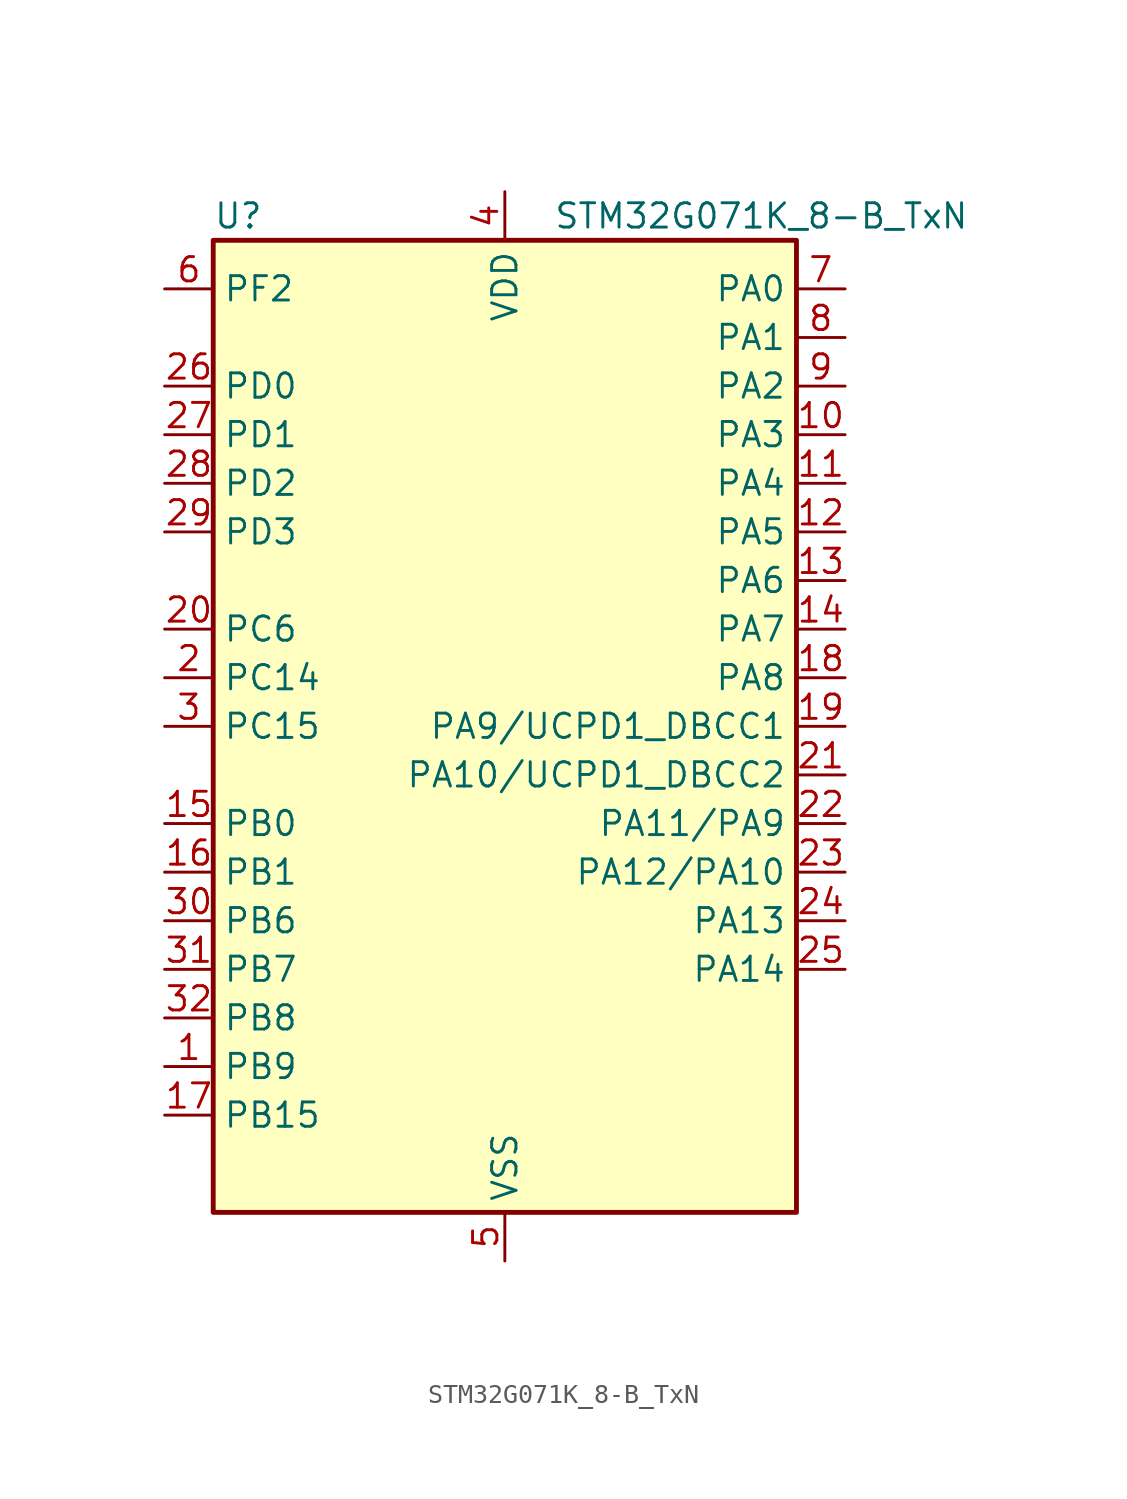
<source format=kicad_sym>
(kicad_symbol_lib
  (version 20211014)
  (generator kicad-library-utils)
  (symbol "STM32G071K_8-B_TxN"
    (property "Reference" "U"
      (at -15.24 26.67 0)
      (effects (font (size 1.27 1.27)) (justify left)))
    (property "Value" "STM32G071K_8-B_TxN"
      (at 2.54 26.67 0)
      (effects (font (size 1.27 1.27)) (justify left)))
    (property "ki_fp_filters" "LQFP*7x7mm*P0.8mm*"
      (at 0.0 0.0 0.0)
      (effects (font (size 1.27 1.27))))
    (symbol "STM32G071K_8-B_TxN_0_1"
      (rectangle (start -15.24 -25.4) (end 15.24 25.4) (stroke (width 0.254)) (fill (type background))))
    (symbol "STM32G071K_8-B_TxN_1_1"
      (pin bidirectional line (at -17.78 22.86 0) (length 2.54) (name "PF2" (effects (font (size 1.27 1.27)))) (number "6" (effects (font (size 1.27 1.27)))) (alternate "RCC_MCO" bidirectional line))
      (pin bidirectional line (at -17.78 17.78 0) (length 2.54) (name "PD0" (effects (font (size 1.27 1.27)))) (number "26" (effects (font (size 1.27 1.27)))) (alternate "SPI2_NSS" bidirectional line) (alternate "TIM16_CH1" bidirectional line) (alternate "UCPD2_CC1" bidirectional line))
      (pin bidirectional line (at -17.78 15.24 0) (length 2.54) (name "PD1" (effects (font (size 1.27 1.27)))) (number "27" (effects (font (size 1.27 1.27)))) (alternate "SPI2_SCK" bidirectional line) (alternate "TIM17_CH1" bidirectional line) (alternate "UCPD2_DBCC1" bidirectional line))
      (pin bidirectional line (at -17.78 12.7 0) (length 2.54) (name "PD2" (effects (font (size 1.27 1.27)))) (number "28" (effects (font (size 1.27 1.27)))) (alternate "TIM1_CH1N" bidirectional line) (alternate "TIM3_ETR" bidirectional line) (alternate "UCPD2_CC2" bidirectional line) (alternate "USART3_CK" bidirectional line) (alternate "USART3_DE" bidirectional line) (alternate "USART3_RTS" bidirectional line))
      (pin bidirectional line (at -17.78 10.16 0) (length 2.54) (name "PD3" (effects (font (size 1.27 1.27)))) (number "29" (effects (font (size 1.27 1.27)))) (alternate "SPI2_MISO" bidirectional line) (alternate "TIM1_CH2N" bidirectional line) (alternate "UCPD2_DBCC2" bidirectional line) (alternate "USART2_CTS" bidirectional line) (alternate "USART2_NSS" bidirectional line))
      (pin bidirectional line (at -17.78 5.08 0) (length 2.54) (name "PC6" (effects (font (size 1.27 1.27)))) (number "20" (effects (font (size 1.27 1.27)))) (alternate "TIM2_CH3" bidirectional line) (alternate "TIM3_CH1" bidirectional line) (alternate "UCPD1_FRSTX1" bidirectional line) (alternate "UCPD1_FRSTX2" bidirectional line))
      (pin bidirectional line (at -17.78 2.54 0) (length 2.54) (name "PC14" (effects (font (size 1.27 1.27)))) (number "2" (effects (font (size 1.27 1.27)))) (alternate "RCC_OSC32_IN" bidirectional line) (alternate "RCC_OSC_IN" bidirectional line) (alternate "TIM1_BK2" bidirectional line))
      (pin bidirectional line (at -17.78 0.0 0) (length 2.54) (name "PC15" (effects (font (size 1.27 1.27)))) (number "3" (effects (font (size 1.27 1.27)))) (alternate "RCC_OSC32_EN" bidirectional line) (alternate "RCC_OSC32_OUT" bidirectional line) (alternate "RCC_OSC_EN" bidirectional line) (alternate "TIM15_BK" bidirectional line))
      (pin bidirectional line (at -17.78 -5.08 0) (length 2.54) (name "PB0" (effects (font (size 1.27 1.27)))) (number "15" (effects (font (size 1.27 1.27)))) (alternate "ADC1_IN8" bidirectional line) (alternate "COMP1_OUT" bidirectional line) (alternate "I2S1_WS" bidirectional line) (alternate "LPTIM1_OUT" bidirectional line) (alternate "SPI1_NSS" bidirectional line) (alternate "TIM1_CH2N" bidirectional line) (alternate "TIM3_CH3" bidirectional line) (alternate "UCPD1_FRSTX1" bidirectional line) (alternate "UCPD1_FRSTX2" bidirectional line) (alternate "USART3_RX" bidirectional line))
      (pin bidirectional line (at -17.78 -7.62 0) (length 2.54) (name "PB1" (effects (font (size 1.27 1.27)))) (number "16" (effects (font (size 1.27 1.27)))) (alternate "ADC1_IN9" bidirectional line) (alternate "COMP1_INM" bidirectional line) (alternate "LPTIM2_IN1" bidirectional line) (alternate "LPUART1_DE" bidirectional line) (alternate "LPUART1_RTS" bidirectional line) (alternate "TIM14_CH1" bidirectional line) (alternate "TIM1_CH3N" bidirectional line) (alternate "TIM3_CH4" bidirectional line) (alternate "USART3_CK" bidirectional line) (alternate "USART3_DE" bidirectional line) (alternate "USART3_RTS" bidirectional line))
      (pin bidirectional line (at -17.78 -10.16 0) (length 2.54) (name "PB6" (effects (font (size 1.27 1.27)))) (number "30" (effects (font (size 1.27 1.27)))) (alternate "COMP2_INP" bidirectional line) (alternate "I2C1_SCL" bidirectional line) (alternate "LPTIM1_ETR" bidirectional line) (alternate "SPI2_MISO" bidirectional line) (alternate "TIM16_CH1N" bidirectional line) (alternate "TIM1_CH3" bidirectional line) (alternate "USART1_TX" bidirectional line))
      (pin bidirectional line (at -17.78 -12.7 0) (length 2.54) (name "PB7" (effects (font (size 1.27 1.27)))) (number "31" (effects (font (size 1.27 1.27)))) (alternate "COMP2_INM" bidirectional line) (alternate "I2C1_SDA" bidirectional line) (alternate "LPTIM1_IN2" bidirectional line) (alternate "SPI2_MOSI" bidirectional line) (alternate "SYS_PVD_IN" bidirectional line) (alternate "TIM17_CH1N" bidirectional line) (alternate "USART1_RX" bidirectional line) (alternate "USART4_CTS" bidirectional line) (alternate "USART4_NSS" bidirectional line))
      (pin bidirectional line (at -17.78 -15.24 0) (length 2.54) (name "PB8" (effects (font (size 1.27 1.27)))) (number "32" (effects (font (size 1.27 1.27)))) (alternate "CEC" bidirectional line) (alternate "I2C1_SCL" bidirectional line) (alternate "SPI2_SCK" bidirectional line) (alternate "TIM15_BK" bidirectional line) (alternate "TIM16_CH1" bidirectional line) (alternate "USART3_TX" bidirectional line))
      (pin bidirectional line (at -17.78 -17.78 0) (length 2.54) (name "PB9" (effects (font (size 1.27 1.27)))) (number "1" (effects (font (size 1.27 1.27)))) (alternate "DAC1_EXTI9" bidirectional line) (alternate "I2C1_SDA" bidirectional line) (alternate "IR_OUT" bidirectional line) (alternate "SPI2_NSS" bidirectional line) (alternate "TIM17_CH1" bidirectional line) (alternate "UCPD2_FRSTX1" bidirectional line) (alternate "UCPD2_FRSTX2" bidirectional line) (alternate "USART3_RX" bidirectional line))
      (pin bidirectional line (at -17.78 -20.32 0) (length 2.54) (name "PB15" (effects (font (size 1.27 1.27)))) (number "17" (effects (font (size 1.27 1.27)))) (alternate "RTC_REFIN" bidirectional line) (alternate "SPI2_MOSI" bidirectional line) (alternate "TIM15_CH1N" bidirectional line) (alternate "TIM15_CH2" bidirectional line) (alternate "TIM1_CH3N" bidirectional line) (alternate "UCPD1_CC2" bidirectional line))
      (pin bidirectional line (at 17.78 22.86 180) (length 2.54) (name "PA0" (effects (font (size 1.27 1.27)))) (number "7" (effects (font (size 1.27 1.27)))) (alternate "ADC1_IN0" bidirectional line) (alternate "COMP1_INM" bidirectional line) (alternate "COMP1_OUT" bidirectional line) (alternate "LPTIM1_OUT" bidirectional line) (alternate "RTC_TAMP_IN2" bidirectional line) (alternate "SPI2_SCK" bidirectional line) (alternate "SYS_WKUP1" bidirectional line) (alternate "TIM2_CH1" bidirectional line) (alternate "TIM2_ETR" bidirectional line) (alternate "UCPD2_FRSTX1" bidirectional line) (alternate "UCPD2_FRSTX2" bidirectional line) (alternate "USART2_CTS" bidirectional line) (alternate "USART2_NSS" bidirectional line) (alternate "USART4_TX" bidirectional line))
      (pin bidirectional line (at 17.78 20.32 180) (length 2.54) (name "PA1" (effects (font (size 1.27 1.27)))) (number "8" (effects (font (size 1.27 1.27)))) (alternate "ADC1_IN1" bidirectional line) (alternate "COMP1_INP" bidirectional line) (alternate "I2C1_SMBA" bidirectional line) (alternate "I2S1_CK" bidirectional line) (alternate "SPI1_SCK" bidirectional line) (alternate "TIM15_CH1N" bidirectional line) (alternate "TIM2_CH2" bidirectional line) (alternate "USART2_CK" bidirectional line) (alternate "USART2_DE" bidirectional line) (alternate "USART2_RTS" bidirectional line) (alternate "USART4_RX" bidirectional line))
      (pin bidirectional line (at 17.78 17.78 180) (length 2.54) (name "PA2" (effects (font (size 1.27 1.27)))) (number "9" (effects (font (size 1.27 1.27)))) (alternate "ADC1_IN2" bidirectional line) (alternate "COMP2_INM" bidirectional line) (alternate "COMP2_OUT" bidirectional line) (alternate "I2S1_SD" bidirectional line) (alternate "LPUART1_TX" bidirectional line) (alternate "RCC_LSCO" bidirectional line) (alternate "SPI1_MOSI" bidirectional line) (alternate "SYS_WKUP4" bidirectional line) (alternate "TIM15_CH1" bidirectional line) (alternate "TIM2_CH3" bidirectional line) (alternate "UCPD1_FRSTX1" bidirectional line) (alternate "UCPD1_FRSTX2" bidirectional line) (alternate "USART2_TX" bidirectional line))
      (pin bidirectional line (at 17.78 15.24 180) (length 2.54) (name "PA3" (effects (font (size 1.27 1.27)))) (number "10" (effects (font (size 1.27 1.27)))) (alternate "ADC1_IN3" bidirectional line) (alternate "COMP2_INP" bidirectional line) (alternate "LPUART1_RX" bidirectional line) (alternate "SPI2_MISO" bidirectional line) (alternate "TIM15_CH2" bidirectional line) (alternate "TIM2_CH4" bidirectional line) (alternate "UCPD2_FRSTX1" bidirectional line) (alternate "UCPD2_FRSTX2" bidirectional line) (alternate "USART2_RX" bidirectional line))
      (pin bidirectional line (at 17.78 12.7 180) (length 2.54) (name "PA4" (effects (font (size 1.27 1.27)))) (number "11" (effects (font (size 1.27 1.27)))) (alternate "ADC1_IN4" bidirectional line) (alternate "DAC1_OUT1" bidirectional line) (alternate "I2S1_WS" bidirectional line) (alternate "LPTIM2_OUT" bidirectional line) (alternate "RTC_OUT_ALARM" bidirectional line) (alternate "RTC_OUT_CALIB" bidirectional line) (alternate "RTC_TAMP_IN1" bidirectional line) (alternate "RTC_TS" bidirectional line) (alternate "SPI1_NSS" bidirectional line) (alternate "SPI2_MOSI" bidirectional line) (alternate "SYS_WKUP2" bidirectional line) (alternate "TIM14_CH1" bidirectional line) (alternate "UCPD2_FRSTX1" bidirectional line) (alternate "UCPD2_FRSTX2" bidirectional line))
      (pin bidirectional line (at 17.78 10.16 180) (length 2.54) (name "PA5" (effects (font (size 1.27 1.27)))) (number "12" (effects (font (size 1.27 1.27)))) (alternate "ADC1_IN5" bidirectional line) (alternate "CEC" bidirectional line) (alternate "DAC1_OUT2" bidirectional line) (alternate "I2S1_CK" bidirectional line) (alternate "LPTIM2_ETR" bidirectional line) (alternate "SPI1_SCK" bidirectional line) (alternate "TIM2_CH1" bidirectional line) (alternate "TIM2_ETR" bidirectional line) (alternate "UCPD1_FRSTX1" bidirectional line) (alternate "UCPD1_FRSTX2" bidirectional line) (alternate "USART3_TX" bidirectional line))
      (pin bidirectional line (at 17.78 7.62 180) (length 2.54) (name "PA6" (effects (font (size 1.27 1.27)))) (number "13" (effects (font (size 1.27 1.27)))) (alternate "ADC1_IN6" bidirectional line) (alternate "COMP1_OUT" bidirectional line) (alternate "I2S1_MCK" bidirectional line) (alternate "LPUART1_CTS" bidirectional line) (alternate "SPI1_MISO" bidirectional line) (alternate "TIM16_CH1" bidirectional line) (alternate "TIM1_BK" bidirectional line) (alternate "TIM3_CH1" bidirectional line) (alternate "USART3_CTS" bidirectional line) (alternate "USART3_NSS" bidirectional line))
      (pin bidirectional line (at 17.78 5.08 180) (length 2.54) (name "PA7" (effects (font (size 1.27 1.27)))) (number "14" (effects (font (size 1.27 1.27)))) (alternate "ADC1_IN7" bidirectional line) (alternate "COMP2_OUT" bidirectional line) (alternate "I2S1_SD" bidirectional line) (alternate "SPI1_MOSI" bidirectional line) (alternate "TIM14_CH1" bidirectional line) (alternate "TIM17_CH1" bidirectional line) (alternate "TIM1_CH1N" bidirectional line) (alternate "TIM3_CH2" bidirectional line) (alternate "UCPD1_FRSTX1" bidirectional line) (alternate "UCPD1_FRSTX2" bidirectional line))
      (pin bidirectional line (at 17.78 2.54 180) (length 2.54) (name "PA8" (effects (font (size 1.27 1.27)))) (number "18" (effects (font (size 1.27 1.27)))) (alternate "LPTIM2_OUT" bidirectional line) (alternate "RCC_MCO" bidirectional line) (alternate "SPI2_NSS" bidirectional line) (alternate "TIM1_CH1" bidirectional line) (alternate "UCPD1_CC1" bidirectional line))
      (pin bidirectional line (at 17.78 0.0 180) (length 2.54) (name "PA9/UCPD1_DBCC1" (effects (font (size 1.27 1.27)))) (number "19" (effects (font (size 1.27 1.27)))) (alternate "DAC1_EXTI9" bidirectional line) (alternate "I2C1_SCL" bidirectional line) (alternate "RCC_MCO" bidirectional line) (alternate "SPI2_MISO" bidirectional line) (alternate "TIM15_BK" bidirectional line) (alternate "TIM1_CH2" bidirectional line) (alternate "UCPD1_DBCC1" bidirectional line) (alternate "USART1_TX" bidirectional line))
      (pin bidirectional line (at 17.78 -2.54 180) (length 2.54) (name "PA10/UCPD1_DBCC2" (effects (font (size 1.27 1.27)))) (number "21" (effects (font (size 1.27 1.27)))) (alternate "I2C1_SDA" bidirectional line) (alternate "SPI2_MOSI" bidirectional line) (alternate "TIM17_BK" bidirectional line) (alternate "TIM1_CH3" bidirectional line) (alternate "UCPD1_DBCC2" bidirectional line) (alternate "USART1_RX" bidirectional line))
      (pin bidirectional line (at 17.78 -5.08 180) (length 2.54) (name "PA11/PA9" (effects (font (size 1.27 1.27)))) (number "22" (effects (font (size 1.27 1.27)))) (alternate "ADC1_EXTI11" bidirectional line) (alternate "COMP1_OUT" bidirectional line) (alternate "I2C2_SCL" bidirectional line) (alternate "I2S1_MCK" bidirectional line) (alternate "SPI1_MISO" bidirectional line) (alternate "TIM1_BK2" bidirectional line) (alternate "TIM1_CH4" bidirectional line) (alternate "USART1_CTS" bidirectional line) (alternate "USART1_NSS" bidirectional line))
      (pin bidirectional line (at 17.78 -7.62 180) (length 2.54) (name "PA12/PA10" (effects (font (size 1.27 1.27)))) (number "23" (effects (font (size 1.27 1.27)))) (alternate "COMP2_OUT" bidirectional line) (alternate "I2C2_SDA" bidirectional line) (alternate "I2S1_SD" bidirectional line) (alternate "I2S_CKIN" bidirectional line) (alternate "SPI1_MOSI" bidirectional line) (alternate "TIM1_ETR" bidirectional line) (alternate "USART1_CK" bidirectional line) (alternate "USART1_DE" bidirectional line) (alternate "USART1_RTS" bidirectional line))
      (pin bidirectional line (at 17.78 -10.16 180) (length 2.54) (name "PA13" (effects (font (size 1.27 1.27)))) (number "24" (effects (font (size 1.27 1.27)))) (alternate "IR_OUT" bidirectional line) (alternate "SYS_SWDIO" bidirectional line))
      (pin bidirectional line (at 17.78 -12.7 180) (length 2.54) (name "PA14" (effects (font (size 1.27 1.27)))) (number "25" (effects (font (size 1.27 1.27)))) (alternate "SYS_SWCLK" bidirectional line) (alternate "USART2_TX" bidirectional line))
      (pin power_in line (at 0.0 27.94 270) (length 2.54) (name "VDD" (effects (font (size 1.27 1.27)))) (number "4" (effects (font (size 1.27 1.27)))))
      (pin power_in line (at 0.0 -27.94 90) (length 2.54) (name "VSS" (effects (font (size 1.27 1.27)))) (number "5" (effects (font (size 1.27 1.27))))))))
</source>
